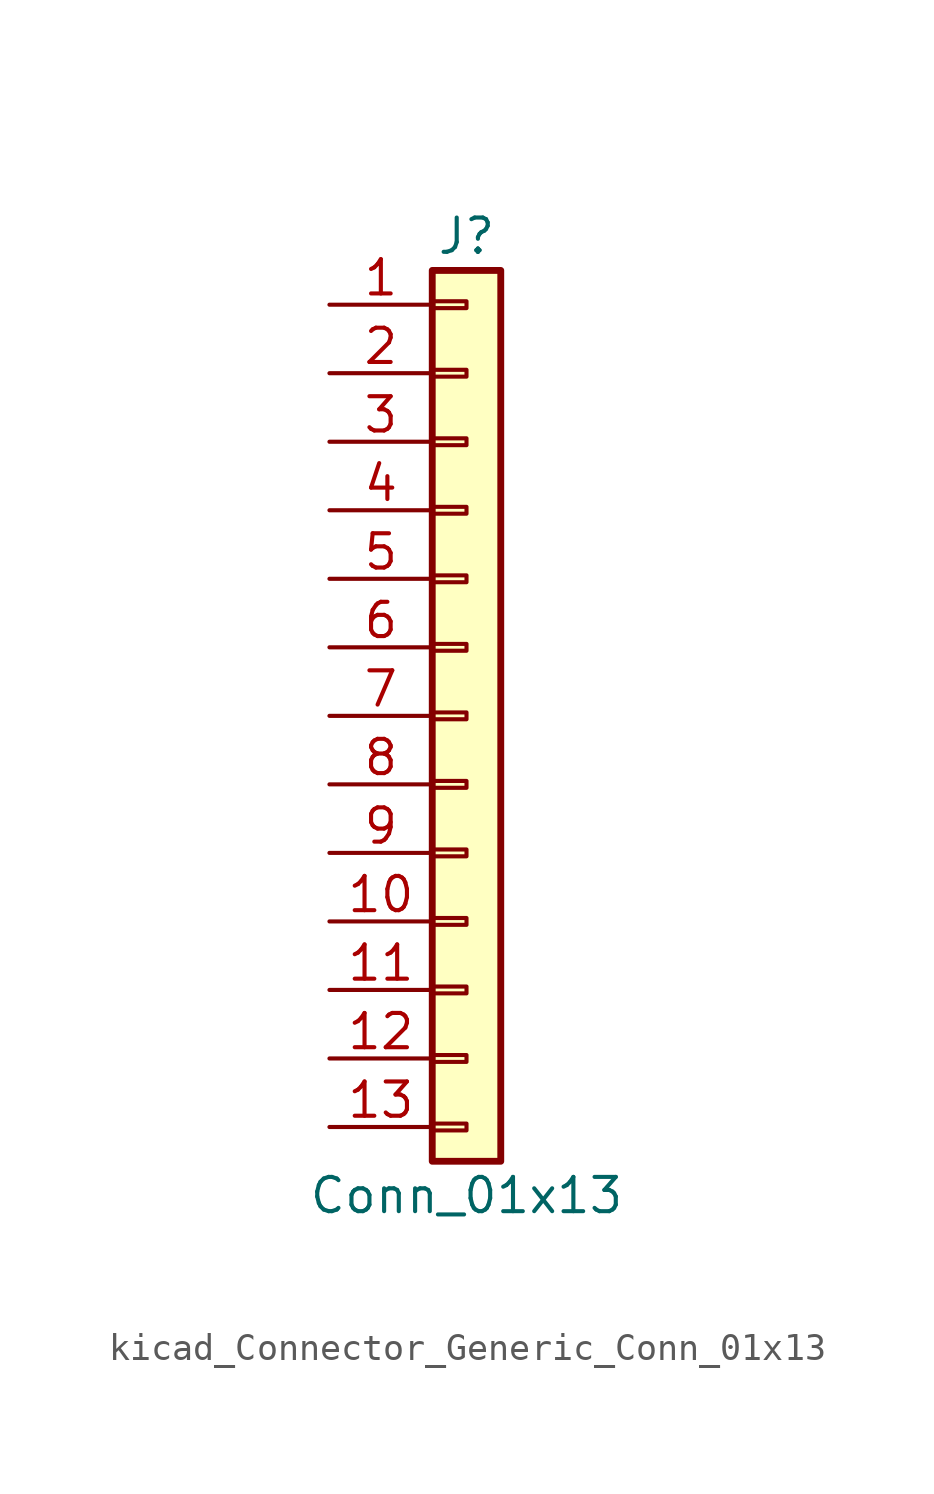
<source format=kicad_sym>
(kicad_symbol_lib
  (version 20220914)
  (generator kicad_symbol_editor)
  (symbol "kicad_Connector_Generic_Conn_01x13"
    (pin_names
      (offset 1.016) hide)
    (property "Reference" "J"
      (at 0 17.78 0)
      (effects (font (size 1.27 1.27))))
    (property "Value" "Conn_01x13"
      (at 0 -17.78 0)
      (effects (font (size 1.27 1.27))))
    (symbol "kicad_Connector_Generic_Conn_01x13_1_1"
      (rectangle (start -1.27 -15.113) (end 0 -15.367) (stroke (width 0.152) (type default)) (fill (type none)))
      (rectangle (start -1.27 -12.573) (end 0 -12.827) (stroke (width 0.152) (type default)) (fill (type none)))
      (rectangle (start -1.27 -10.033) (end 0 -10.287) (stroke (width 0.152) (type default)) (fill (type none)))
      (rectangle (start -1.27 -7.493) (end 0 -7.747) (stroke (width 0.152) (type default)) (fill (type none)))
      (rectangle (start -1.27 -4.953) (end 0 -5.207) (stroke (width 0.152) (type default)) (fill (type none)))
      (rectangle (start -1.27 -2.413) (end 0 -2.667) (stroke (width 0.152) (type default)) (fill (type none)))
      (rectangle (start -1.27 0.127) (end 0 -0.127) (stroke (width 0.152) (type default)) (fill (type none)))
      (rectangle (start -1.27 2.667) (end 0 2.413) (stroke (width 0.152) (type default)) (fill (type none)))
      (rectangle (start -1.27 5.207) (end 0 4.953) (stroke (width 0.152) (type default)) (fill (type none)))
      (rectangle (start -1.27 7.747) (end 0 7.493) (stroke (width 0.152) (type default)) (fill (type none)))
      (rectangle (start -1.27 10.287) (end 0 10.033) (stroke (width 0.152) (type default)) (fill (type none)))
      (rectangle (start -1.27 12.827) (end 0 12.573) (stroke (width 0.152) (type default)) (fill (type none)))
      (rectangle (start -1.27 15.367) (end 0 15.113) (stroke (width 0.152) (type default)) (fill (type none)))
      (rectangle (start -1.27 16.51) (end 1.27 -16.51) (stroke (width 0.254) (type default)) (fill (type background)))
      (pin passive line (at -5.08 15.24 0) (length 3.81) (name "Pin_1" (effects (font (size 1.27 1.27)))) (number "1" (effects (font (size 1.27 1.27)))))
      (pin passive line (at -5.08 -7.62 0) (length 3.81) (name "Pin_10" (effects (font (size 1.27 1.27)))) (number "10" (effects (font (size 1.27 1.27)))))
      (pin passive line (at -5.08 -10.16 0) (length 3.81) (name "Pin_11" (effects (font (size 1.27 1.27)))) (number "11" (effects (font (size 1.27 1.27)))))
      (pin passive line (at -5.08 -12.7 0) (length 3.81) (name "Pin_12" (effects (font (size 1.27 1.27)))) (number "12" (effects (font (size 1.27 1.27)))))
      (pin passive line (at -5.08 -15.24 0) (length 3.81) (name "Pin_13" (effects (font (size 1.27 1.27)))) (number "13" (effects (font (size 1.27 1.27)))))
      (pin passive line (at -5.08 12.7 0) (length 3.81) (name "Pin_2" (effects (font (size 1.27 1.27)))) (number "2" (effects (font (size 1.27 1.27)))))
      (pin passive line (at -5.08 10.16 0) (length 3.81) (name "Pin_3" (effects (font (size 1.27 1.27)))) (number "3" (effects (font (size 1.27 1.27)))))
      (pin passive line (at -5.08 7.62 0) (length 3.81) (name "Pin_4" (effects (font (size 1.27 1.27)))) (number "4" (effects (font (size 1.27 1.27)))))
      (pin passive line (at -5.08 5.08 0) (length 3.81) (name "Pin_5" (effects (font (size 1.27 1.27)))) (number "5" (effects (font (size 1.27 1.27)))))
      (pin passive line (at -5.08 2.54 0) (length 3.81) (name "Pin_6" (effects (font (size 1.27 1.27)))) (number "6" (effects (font (size 1.27 1.27)))))
      (pin passive line (at -5.08 0 0) (length 3.81) (name "Pin_7" (effects (font (size 1.27 1.27)))) (number "7" (effects (font (size 1.27 1.27)))))
      (pin passive line (at -5.08 -2.54 0) (length 3.81) (name "Pin_8" (effects (font (size 1.27 1.27)))) (number "8" (effects (font (size 1.27 1.27)))))
      (pin passive line (at -5.08 -5.08 0) (length 3.81) (name "Pin_9" (effects (font (size 1.27 1.27)))) (number "9" (effects (font (size 1.27 1.27))))))))
</source>
